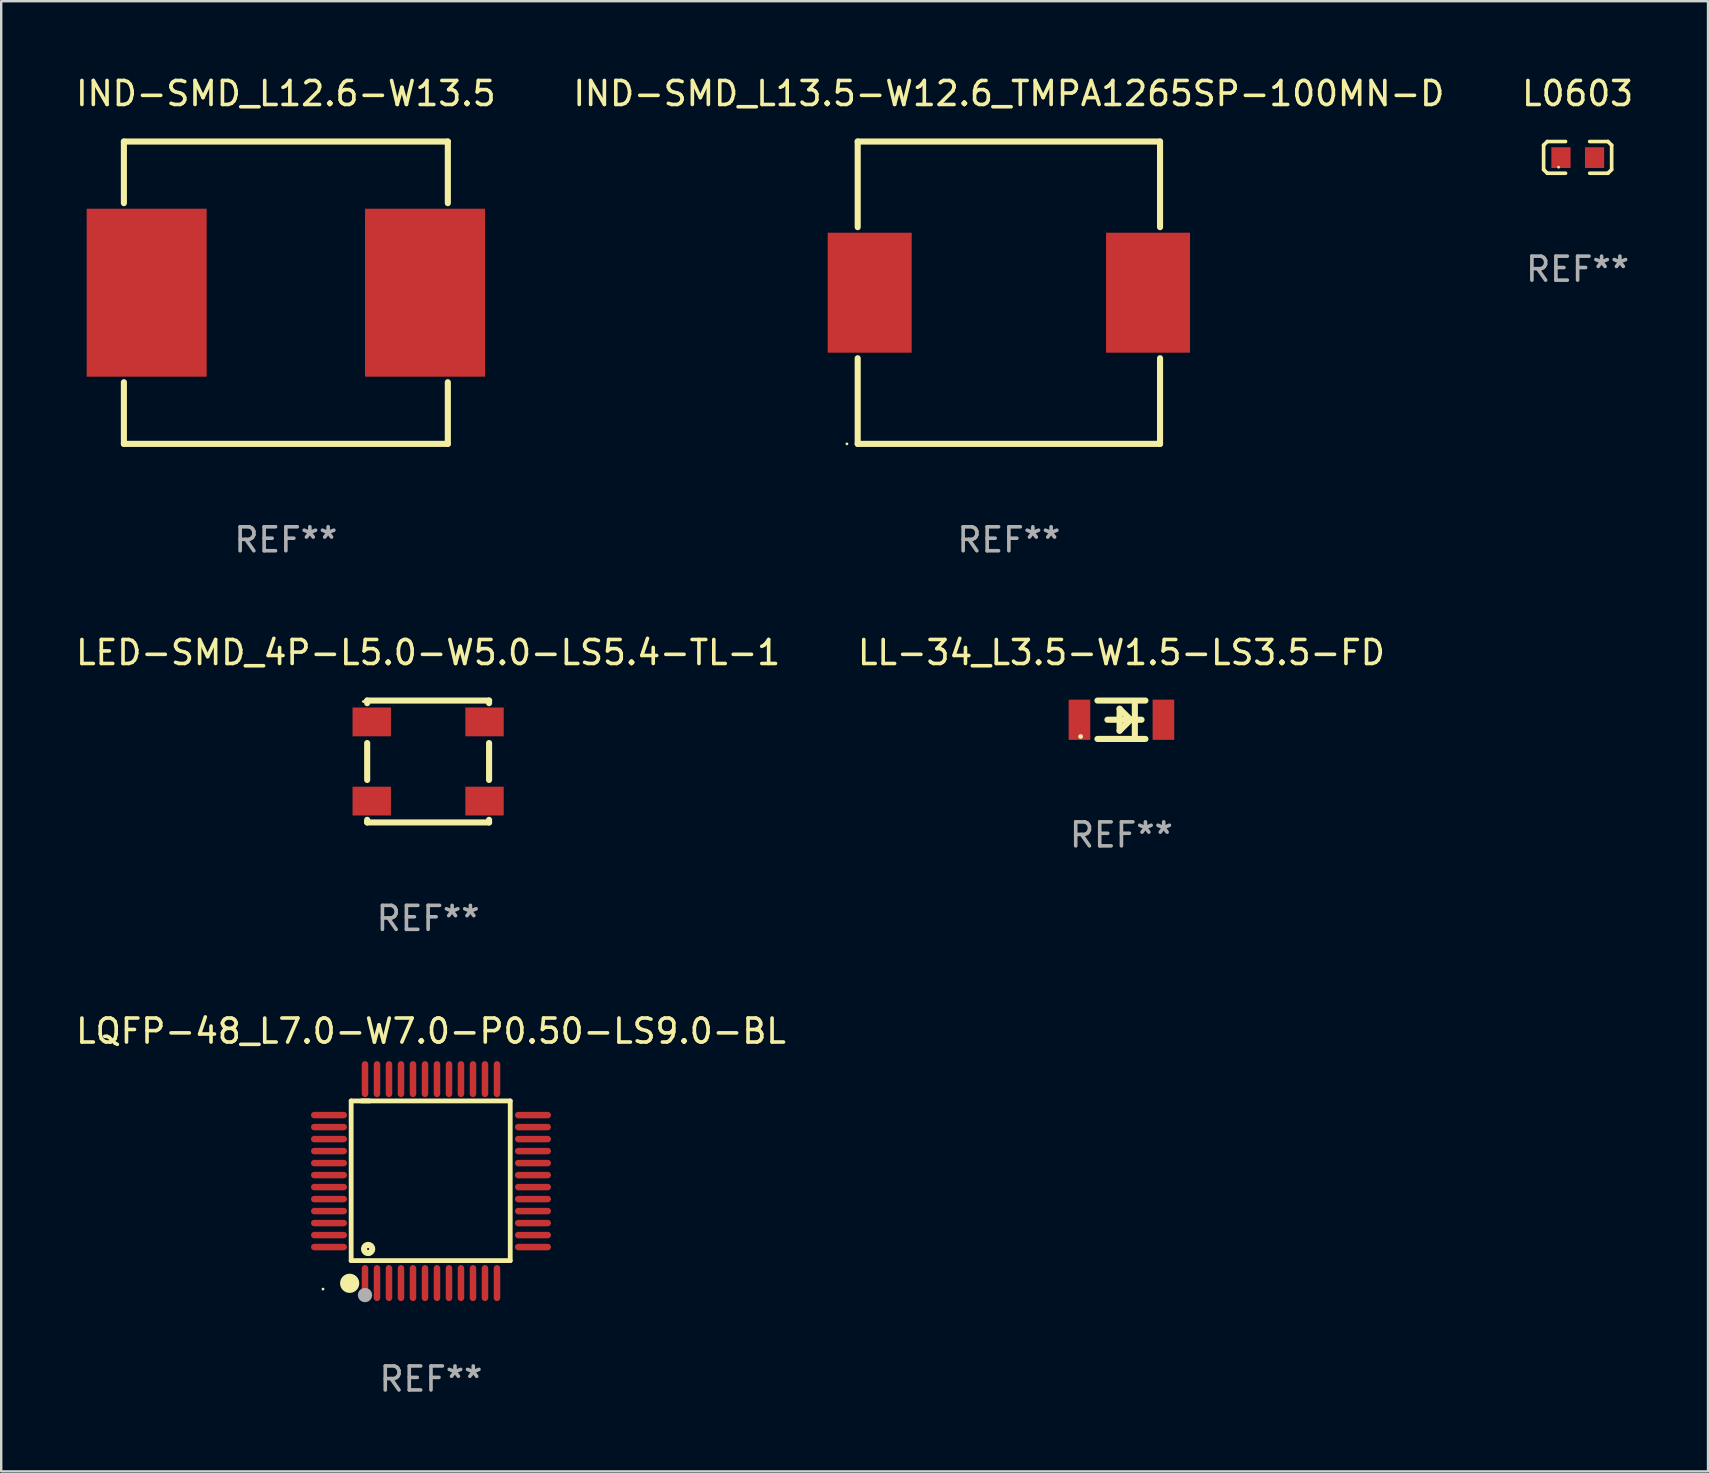
<source format=kicad_pcb>
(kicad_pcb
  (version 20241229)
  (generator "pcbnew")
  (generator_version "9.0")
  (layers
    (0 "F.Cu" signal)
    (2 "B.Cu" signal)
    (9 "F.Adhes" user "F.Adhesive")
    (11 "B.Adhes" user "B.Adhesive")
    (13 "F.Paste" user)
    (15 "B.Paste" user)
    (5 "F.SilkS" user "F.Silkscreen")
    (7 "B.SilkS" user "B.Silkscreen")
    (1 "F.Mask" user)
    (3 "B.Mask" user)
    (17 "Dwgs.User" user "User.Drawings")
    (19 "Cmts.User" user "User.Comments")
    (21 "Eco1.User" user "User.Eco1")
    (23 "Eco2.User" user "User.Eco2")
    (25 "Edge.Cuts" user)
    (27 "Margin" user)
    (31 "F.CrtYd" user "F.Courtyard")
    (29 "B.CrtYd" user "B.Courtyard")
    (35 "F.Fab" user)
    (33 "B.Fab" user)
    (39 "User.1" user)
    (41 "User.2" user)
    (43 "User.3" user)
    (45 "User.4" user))
  (footprint "L0603"
    (layer "F.Cu")
    (at 62.703 3.518)
    (property "Reference" "L0603" (at -0.007 -2.67 0) (layer "F.SilkS") (effects (font (size 1 1) (thickness 0.15))))
    (attr through_hole)
    (fp_line (start -1.424 -0.517) (end -1.272 -0.67) (stroke (width 0.152) (type solid)) (layer "F.SilkS"))
    (fp_line (start -1.424 0.499) (end -1.424 -0.517) (stroke (width 0.152) (type solid)) (layer "F.SilkS"))
    (fp_line (start -1.272 -0.67) (end -0.51 -0.67) (stroke (width 0.152) (type solid)) (layer "F.SilkS"))
    (fp_line (start -1.272 0.651) (end -1.424 0.499) (stroke (width 0.152) (type solid)) (layer "F.SilkS"))
    (fp_line (start -1.272 0.651) (end -0.51 0.651) (stroke (width 0.152) (type solid)) (layer "F.SilkS"))
    (fp_line (start 1.258 -0.67) (end 0.496 -0.67) (stroke (width 0.152) (type solid)) (layer "F.SilkS"))
    (fp_line (start 1.258 -0.67) (end 1.411 -0.517) (stroke (width 0.152) (type solid)) (layer "F.SilkS"))
    (fp_line (start 1.258 0.651) (end 0.496 0.651) (stroke (width 0.152) (type solid)) (layer "F.SilkS"))
    (fp_line (start 1.411 -0.517) (end 1.411 0.499) (stroke (width 0.152) (type solid)) (layer "F.SilkS"))
    (fp_line (start 1.411 0.499) (end 1.258 0.651) (stroke (width 0.152) (type solid)) (layer "F.SilkS"))
    (fp_circle (center -0.8 0.4) (end -0.77 0.4) (stroke (width 0.06) (type solid)) (fill no) (layer "F.SilkS"))
    (fp_text user "REF**" (at -0.007 4.651 0) (layer "F.Fab") (effects (font (size 1 1) (thickness 0.15))))
    (pad "1" smd rect (at -0.7 0 180) (size 0.8 0.864) (layers "F.Cu" "F.Mask" "F.Paste"))
    (pad "2" smd rect (at 0.7 0 180) (size 0.8 0.864) (layers "F.Cu" "F.Mask" "F.Paste")))
  (footprint "LQFP-48_L7.0-W7.0-P0.50-LS9.0-BL"
    (layer "F.Cu")
    (at 14.911 46.171)
    (property "Reference" "LQFP-48_L7.0-W7.0-P0.50-LS9.0-BL" (at 0 -6.25 0) (layer "F.SilkS") (effects (font (size 1 1) (thickness 0.15))))
    (attr through_hole)
    (fp_line (start -3.327 -3.34) (end -2.565 -3.34) (stroke (width 0.2) (type solid)) (layer "F.SilkS"))
    (fp_line (start -3.327 3.315) (end -3.327 -3.34) (stroke (width 0.2) (type solid)) (layer "F.SilkS"))
    (fp_line (start -2.896 -3.34) (end 3.302 -3.34) (stroke (width 0.2) (type solid)) (layer "F.SilkS"))
    (fp_line (start 3.302 -3.34) (end 3.302 3.315) (stroke (width 0.2) (type solid)) (layer "F.SilkS"))
    (fp_line (start 3.302 3.315) (end -3.327 3.315) (stroke (width 0.2) (type solid)) (layer "F.SilkS"))
    (fp_arc (start -3.387452 4.059995) (mid -3.388578 4.459991) (end -3.39028 4.059997) (stroke (width 0.4) (type solid)) (layer "F.SilkS"))
    (fp_circle (center -4.5 4.5) (end -4.47 4.5) (stroke (width 0.06) (type solid)) (fill no) (layer "F.SilkS"))
    (fp_circle (center -2.62 2.83) (end -2.45 2.83) (stroke (width 0.254) (type solid)) (fill no) (layer "F.SilkS"))
    (fp_circle (center -2.75 4.75) (end -2.6 4.75) (stroke (width 0.3) (type solid)) (fill no) (layer "F.Fab"))
    (fp_text user "REF**" (at 0 8.25 0) (layer "F.Fab") (effects (font (size 1 1) (thickness 0.15))))
    (pad "1" smd oval (at -2.75 4.25) (size 0.27 1.5) (layers "F.Cu" "F.Mask" "F.Paste"))
    (pad "2" smd oval (at -2.25 4.25) (size 0.27 1.5) (layers "F.Cu" "F.Mask" "F.Paste"))
    (pad "3" smd oval (at -1.75 4.25) (size 0.27 1.5) (layers "F.Cu" "F.Mask" "F.Paste"))
    (pad "4" smd oval (at -1.25 4.25) (size 0.27 1.5) (layers "F.Cu" "F.Mask" "F.Paste"))
    (pad "5" smd oval (at -0.75 4.25) (size 0.27 1.5) (layers "F.Cu" "F.Mask" "F.Paste"))
    (pad "6" smd oval (at -0.25 4.25) (size 0.27 1.5) (layers "F.Cu" "F.Mask" "F.Paste"))
    (pad "7" smd oval (at 0.25 4.25) (size 0.27 1.5) (layers "F.Cu" "F.Mask" "F.Paste"))
    (pad "8" smd oval (at 0.75 4.25) (size 0.27 1.5) (layers "F.Cu" "F.Mask" "F.Paste"))
    (pad "9" smd oval (at 1.25 4.25) (size 0.27 1.5) (layers "F.Cu" "F.Mask" "F.Paste"))
    (pad "10" smd oval (at 1.75 4.25) (size 0.27 1.5) (layers "F.Cu" "F.Mask" "F.Paste"))
    (pad "11" smd oval (at 2.25 4.25) (size 0.27 1.5) (layers "F.Cu" "F.Mask" "F.Paste"))
    (pad "12" smd oval (at 2.75 4.25) (size 0.27 1.5) (layers "F.Cu" "F.Mask" "F.Paste"))
    (pad "13" smd oval (at 4.25 2.75) (size 1.5 0.27) (layers "F.Cu" "F.Mask" "F.Paste"))
    (pad "14" smd oval (at 4.25 2.25) (size 1.5 0.27) (layers "F.Cu" "F.Mask" "F.Paste"))
    (pad "15" smd oval (at 4.25 1.75) (size 1.5 0.27) (layers "F.Cu" "F.Mask" "F.Paste"))
    (pad "16" smd oval (at 4.25 1.25) (size 1.5 0.27) (layers "F.Cu" "F.Mask" "F.Paste"))
    (pad "17" smd oval (at 4.25 0.75) (size 1.5 0.27) (layers "F.Cu" "F.Mask" "F.Paste"))
    (pad "18" smd oval (at 4.25 0.25) (size 1.5 0.27) (layers "F.Cu" "F.Mask" "F.Paste"))
    (pad "19" smd oval (at 4.25 -0.25) (size 1.5 0.27) (layers "F.Cu" "F.Mask" "F.Paste"))
    (pad "20" smd oval (at 4.25 -0.75) (size 1.5 0.27) (layers "F.Cu" "F.Mask" "F.Paste"))
    (pad "21" smd oval (at 4.25 -1.25) (size 1.5 0.27) (layers "F.Cu" "F.Mask" "F.Paste"))
    (pad "22" smd oval (at 4.25 -1.75) (size 1.5 0.27) (layers "F.Cu" "F.Mask" "F.Paste"))
    (pad "23" smd oval (at 4.25 -2.25) (size 1.5 0.27) (layers "F.Cu" "F.Mask" "F.Paste"))
    (pad "24" smd oval (at 4.25 -2.75) (size 1.5 0.27) (layers "F.Cu" "F.Mask" "F.Paste"))
    (pad "25" smd oval (at 2.75 -4.25) (size 0.27 1.5) (layers "F.Cu" "F.Mask" "F.Paste"))
    (pad "26" smd oval (at 2.25 -4.25) (size 0.27 1.5) (layers "F.Cu" "F.Mask" "F.Paste"))
    (pad "27" smd oval (at 1.75 -4.25) (size 0.27 1.5) (layers "F.Cu" "F.Mask" "F.Paste"))
    (pad "28" smd oval (at 1.25 -4.25) (size 0.27 1.5) (layers "F.Cu" "F.Mask" "F.Paste"))
    (pad "29" smd oval (at 0.75 -4.25) (size 0.27 1.5) (layers "F.Cu" "F.Mask" "F.Paste"))
    (pad "30" smd oval (at 0.25 -4.25) (size 0.27 1.5) (layers "F.Cu" "F.Mask" "F.Paste"))
    (pad "31" smd oval (at -0.25 -4.25) (size 0.27 1.5) (layers "F.Cu" "F.Mask" "F.Paste"))
    (pad "32" smd oval (at -0.75 -4.25) (size 0.27 1.5) (layers "F.Cu" "F.Mask" "F.Paste"))
    (pad "33" smd oval (at -1.25 -4.25) (size 0.27 1.5) (layers "F.Cu" "F.Mask" "F.Paste"))
    (pad "34" smd oval (at -1.75 -4.25) (size 0.27 1.5) (layers "F.Cu" "F.Mask" "F.Paste"))
    (pad "35" smd oval (at -2.25 -4.25) (size 0.27 1.5) (layers "F.Cu" "F.Mask" "F.Paste"))
    (pad "36" smd oval (at -2.75 -4.25) (size 0.27 1.5) (layers "F.Cu" "F.Mask" "F.Paste"))
    (pad "37" smd oval (at -4.25 -2.75) (size 1.5 0.27) (layers "F.Cu" "F.Mask" "F.Paste"))
    (pad "38" smd oval (at -4.25 -2.25) (size 1.5 0.27) (layers "F.Cu" "F.Mask" "F.Paste"))
    (pad "39" smd oval (at -4.25 -1.75) (size 1.5 0.27) (layers "F.Cu" "F.Mask" "F.Paste"))
    (pad "40" smd oval (at -4.25 -1.25) (size 1.5 0.27) (layers "F.Cu" "F.Mask" "F.Paste"))
    (pad "41" smd oval (at -4.25 -0.75) (size 1.5 0.27) (layers "F.Cu" "F.Mask" "F.Paste"))
    (pad "42" smd oval (at -4.25 -0.25) (size 1.5 0.27) (layers "F.Cu" "F.Mask" "F.Paste"))
    (pad "43" smd oval (at -4.25 0.25) (size 1.5 0.27) (layers "F.Cu" "F.Mask" "F.Paste"))
    (pad "44" smd oval (at -4.25 0.75) (size 1.5 0.27) (layers "F.Cu" "F.Mask" "F.Paste"))
    (pad "45" smd oval (at -4.25 1.25) (size 1.5 0.27) (layers "F.Cu" "F.Mask" "F.Paste"))
    (pad "46" smd oval (at -4.25 1.75) (size 1.5 0.27) (layers "F.Cu" "F.Mask" "F.Paste"))
    (pad "47" smd oval (at -4.25 2.25) (size 1.5 0.27) (layers "F.Cu" "F.Mask" "F.Paste"))
    (pad "48" smd oval (at -4.25 2.75) (size 1.5 0.27) (layers "F.Cu" "F.Mask" "F.Paste")))
  (footprint "IND-SMD_L13.5-W12.6_TMPA1265SP-100MN-D"
    (layer "F.Cu")
    (at 38.994 9.148)
    (property "Reference" "IND-SMD_L13.5-W12.6_TMPA1265SP-100MN-D" (at 0 -8.3 0) (layer "F.SilkS") (effects (font (size 1 1) (thickness 0.15))))
    (attr through_hole)
    (fp_line (start -6.3 -6.3) (end -6.3 -2.731) (stroke (width 0.254) (type solid)) (layer "F.SilkS"))
    (fp_line (start -6.3 2.731) (end -6.3 6.3) (stroke (width 0.254) (type solid)) (layer "F.SilkS"))
    (fp_line (start -6.3 6.3) (end 6.3 6.3) (stroke (width 0.254) (type solid)) (layer "F.SilkS"))
    (fp_line (start 6.3 -6.3) (end -6.3 -6.3) (stroke (width 0.254) (type solid)) (layer "F.SilkS"))
    (fp_line (start 6.3 -2.731) (end 6.3 -6.3) (stroke (width 0.254) (type solid)) (layer "F.SilkS"))
    (fp_line (start 6.3 6.3) (end 6.3 2.731) (stroke (width 0.254) (type solid)) (layer "F.SilkS"))
    (fp_circle (center -6.75 6.3) (end -6.72 6.3) (stroke (width 0.06) (type solid)) (fill no) (layer "F.SilkS"))
    (fp_text user "REF**" (at 0 10.3 0) (layer "F.Fab") (effects (font (size 1 1) (thickness 0.15))))
    (pad "1" smd rect (at -5.8 0) (size 3.5 5) (layers "F.Cu" "F.Mask" "F.Paste"))
    (pad "2" smd rect (at 5.8 0) (size 3.5 5) (layers "F.Cu" "F.Mask" "F.Paste")))
  (footprint "LL-34_L3.5-W1.5-LS3.5-FD"
    (layer "F.Cu")
    (at 43.685 26.945)
    (property "Reference" "LL-34_L3.5-W1.5-LS3.5-FD" (at 0 -2.8 0) (layer "F.SilkS") (effects (font (size 1 1) (thickness 0.15))))
    (attr through_hole)
    (fp_line (start -1 -0.8) (end 1 -0.8) (stroke (width 0.254) (type solid)) (layer "F.SilkS"))
    (fp_line (start -1 0.8) (end 1 0.8) (stroke (width 0.254) (type solid)) (layer "F.SilkS"))
    (fp_line (start -0.584 0) (end 0.838 0) (stroke (width 0.254) (type solid)) (layer "F.SilkS"))
    (fp_line (start -0.076 -0.457) (end -0.076 0.457) (stroke (width 0.254) (type solid)) (layer "F.SilkS"))
    (fp_line (start -0.076 0.457) (end 0.381 0) (stroke (width 0.254) (type solid)) (layer "F.SilkS"))
    (fp_line (start 0.381 0) (end -0.076 -0.457) (stroke (width 0.254) (type solid)) (layer "F.SilkS"))
    (fp_line (start 0.559 -0.635) (end 0.559 0.635) (stroke (width 0.254) (type solid)) (layer "F.SilkS"))
    (fp_circle (center -1.7 0.7) (end -1.65 0.7) (stroke (width 0.1) (type solid)) (fill no) (layer "F.SilkS"))
    (fp_text user "REF**" (at 0 4.8 0) (layer "F.Fab") (effects (font (size 1 1) (thickness 0.15))))
    (pad "1" smd rect (at -1.75 0 180) (size 0.9 1.676) (layers "F.Cu" "F.Mask" "F.Paste"))
    (pad "2" smd rect (at 1.75 0 180) (size 0.9 1.676) (layers "F.Cu" "F.Mask" "F.Paste")))
  (footprint "LED-SMD_4P-L5.0-W5.0-LS5.4-TL-1"
    (layer "F.Cu")
    (at 14.792 28.685)
    (property "Reference" "LED-SMD_4P-L5.0-W5.0-LS5.4-TL-1" (at 0.000076 -4.54 0) (layer "F.SilkS") (effects (font (size 1 1) (thickness 0.15))))
    (attr through_hole)
    (fp_line (start -2.54 -2.54) (end 2.54 -2.54) (stroke (width 0.254) (type solid)) (layer "F.SilkS"))
    (fp_line (start -2.54 -2.431) (end -2.54 -2.54) (stroke (width 0.254) (type solid)) (layer "F.SilkS"))
    (fp_line (start -2.54 0.769) (end -2.54 -0.769) (stroke (width 0.254) (type solid)) (layer "F.SilkS"))
    (fp_line (start -2.54 2.54) (end -2.54 2.431) (stroke (width 0.254) (type solid)) (layer "F.SilkS"))
    (fp_line (start 2.54 -2.54) (end 2.54 -2.431) (stroke (width 0.254) (type solid)) (layer "F.SilkS"))
    (fp_line (start 2.54 -0.769) (end 2.54 0.769) (stroke (width 0.254) (type solid)) (layer "F.SilkS"))
    (fp_line (start 2.54 2.431) (end 2.54 2.54) (stroke (width 0.254) (type solid)) (layer "F.SilkS"))
    (fp_line (start 2.54 2.54) (end -2.54 2.54) (stroke (width 0.254) (type solid)) (layer "F.SilkS"))
    (fp_circle (center -2.7 -2.5) (end -2.67 -2.5) (stroke (width 0.06) (type solid)) (fill no) (layer "F.SilkS"))
    (fp_text user "REF**" (at 0.000076 6.54 0) (layer "F.Fab") (effects (font (size 1 1) (thickness 0.15))))
    (pad "1" smd rect (at -2.35 -1.65) (size 1.6 1.2) (layers "F.Cu" "F.Mask" "F.Paste"))
    (pad "2" smd rect (at -2.35 1.65) (size 1.6 1.2) (layers "F.Cu" "F.Mask" "F.Paste"))
    (pad "3" smd rect (at 2.35 1.65) (size 1.6 1.2) (layers "F.Cu" "F.Mask" "F.Paste"))
    (pad "4" smd rect (at 2.35 -1.65) (size 1.6 1.2) (layers "F.Cu" "F.Mask" "F.Paste")))
  (footprint "IND-SMD_L12.6-W13.5"
    (layer "F.Cu")
    (at 8.863 9.148)
    (property "Reference" "IND-SMD_L12.6-W13.5" (at 0 -8.3 0) (layer "F.SilkS") (effects (font (size 1 1) (thickness 0.15))))
    (attr through_hole)
    (fp_line (start -6.75 -6.3) (end -6.75 -3.731) (stroke (width 0.254) (type solid)) (layer "F.SilkS"))
    (fp_line (start -6.75 -6.3) (end 6.75 -6.3) (stroke (width 0.254) (type solid)) (layer "F.SilkS"))
    (fp_line (start -6.75 3.731) (end -6.75 6.3) (stroke (width 0.254) (type solid)) (layer "F.SilkS"))
    (fp_line (start -6.75 6.3) (end 6.75 6.3) (stroke (width 0.254) (type solid)) (layer "F.SilkS"))
    (fp_line (start 6.75 -6.3) (end 6.75 -3.731) (stroke (width 0.254) (type solid)) (layer "F.SilkS"))
    (fp_line (start 6.75 3.731) (end 6.75 6.3) (stroke (width 0.254) (type solid)) (layer "F.SilkS"))
    (fp_circle (center -6.725 6.3) (end -6.695 6.3) (stroke (width 0.06) (type solid)) (fill no) (layer "F.SilkS"))
    (fp_text user "REF**" (at 0 10.3 0) (layer "F.Fab") (effects (font (size 1 1) (thickness 0.15))))
    (pad "1" smd rect (at -5.8 0 90) (size 7 5) (layers "F.Cu" "F.Mask" "F.Paste"))
    (pad "2" smd rect (at 5.8 0 90) (size 7 5) (layers "F.Cu" "F.Mask" "F.Paste")))
  (gr_rect
    (start -3 -3)
    (end 68.131 58.269)
    (stroke (width 0.1) (type default))
    (fill no)
    (layer "Edge.Cuts")))
</source>
